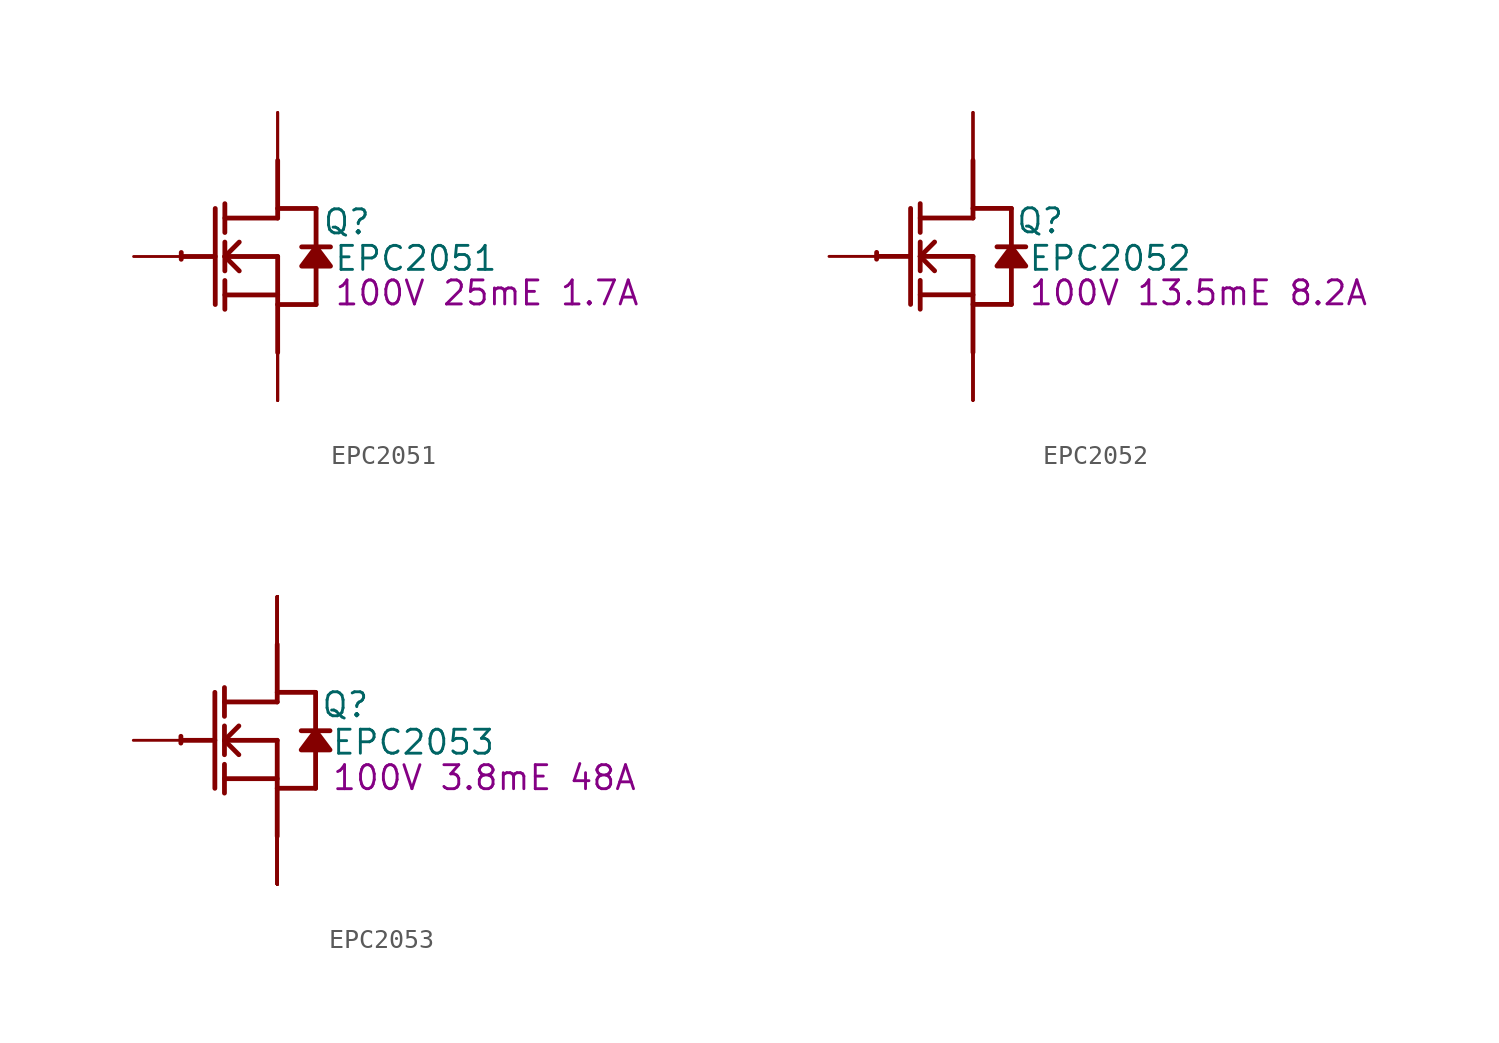
<source format=kicad_sym>
(kicad_symbol_lib
  (version 20241209)
  (generator "kicad_symbol_editor")
  (generator_version "9.0")
  (symbol "EPC2051"
    (property "Reference" "Q"
      (at 3.658 1.829 0)
      (effects (font (size 1.27 1.27))))
    (property "Value" "EPC2051"
      (at 7.315 -0.102 0)
      (effects (font (size 1.27 1.27))))
    (property "Description" "100V 25mE 1.7A"
      (at 11.074 -1.93 0)
      (effects (font (size 1.27 1.27))))
    (symbol "EPC2051_1_0"
      (polyline (pts (xy -5.08 0) (xy -3.302 0)) (stroke (width 0.254) (type solid)) (fill (type none)))
      (polyline (pts (xy -3.302 2.54) (xy -3.302 -2.54)) (stroke (width 0.254) (type solid)) (fill (type none)))
      (polyline (pts (xy -2.794 1.27) (xy -2.794 2.794)) (stroke (width 0.254) (type solid)) (fill (type none)))
      (polyline (pts (xy -2.794 0) (xy -2.032 0.762)) (stroke (width 0.254) (type solid)) (fill (type none)))
      (polyline (pts (xy -2.794 0) (xy 0 0)) (stroke (width 0.254) (type solid)) (fill (type none)))
      (polyline (pts (xy -2.794 -0.762) (xy -2.794 0.762)) (stroke (width 0.254) (type solid)) (fill (type none)))
      (polyline (pts (xy -2.794 -2.032) (xy 0 -2.032)) (stroke (width 0.254) (type solid)) (fill (type none)))
      (polyline (pts (xy -2.794 -2.794) (xy -2.794 -1.27)) (stroke (width 0.254) (type solid)) (fill (type none)))
      (polyline (pts (xy -2.032 -0.762) (xy -2.794 0)) (stroke (width 0.254) (type solid)) (fill (type none)))
      (polyline (pts (xy 0 2.54) (xy 2.032 2.54)) (stroke (width 0.254) (type solid)) (fill (type none)))
      (polyline (pts (xy 0 2.032) (xy -2.794 2.032)) (stroke (width 0.254) (type solid)) (fill (type none)))
      (polyline (pts (xy 0 2.032) (xy 0 5.08)) (stroke (width 0.254) (type solid)) (fill (type none)))
      (polyline (pts (xy 0 0) (xy 0 -5.08)) (stroke (width 0.254) (type solid)) (fill (type none)))
      (polyline (pts (xy 0 -2.54) (xy 2.032 -2.54)) (stroke (width 0.254) (type solid)) (fill (type none)))
      (arc (start -5.1019 -0.1467) (mid -5.1039 0.0331) (end -5.0996 0.2128) (stroke (width 0.254) (type solid)) (fill (type none)))
      (polyline (pts (xy 2.032 2.54) (xy 2.032 0.508)) (stroke (width 0.254) (type solid)) (fill (type none)))
      (polyline (pts (xy 2.032 0.508) (xy 1.27 -0.508) (xy 2.794 -0.508) (xy 2.032 0.508)) (stroke (width 0.254) (type solid)) (fill (type outline)))
      (polyline (pts (xy 2.032 -0.508) (xy 2.032 -2.54)) (stroke (width 0.254) (type solid)) (fill (type none)))
      (polyline (pts (xy 2.794 0.508) (xy 1.27 0.508)) (stroke (width 0.254) (type solid)) (fill (type none)))
      (pin passive line (at -7.62 0 0) (length 2.54) (name "G" (effects (font (size 0 0)))) (number "1" (effects (font (size 0 0)))))
      (pin open_collector line (at 0 7.62 270) (length 2.54) (name "D1" (effects (font (size 0 0)))) (number "3" (effects (font (size 0 0)))))
      (pin open_collector line (at 0 7.62 270) (length 2.54) (name "D2" (effects (font (size 0 0)))) (number "4" (effects (font (size 0 0)))))
      (pin open_emitter line (at 0 -7.62 90) (length 2.54) (name "S1" (effects (font (size 0 0)))) (number "2" (effects (font (size 0 0)))))
      (pin open_emitter line (at 0 -7.62 90) (length 2.54) (name "S2" (effects (font (size 0 0)))) (number "5" (effects (font (size 0 0)))))
      (pin open_emitter line (at 0 -7.62 90) (length 2.54) (name "Sub" (effects (font (size 0 0)))) (number "6" (effects (font (size 0 0)))))))
  (symbol "EPC2052"
    (property "Reference" "Q"
      (at 3.556 1.88 0)
      (effects (font (size 1.27 1.27))))
    (property "Value" "EPC2052"
      (at 7.264 -0.102 0)
      (effects (font (size 1.27 1.27))))
    (property "Description" "100V 13.5mE 8.2A"
      (at 11.938 -1.93 0)
      (effects (font (size 1.27 1.27))))
    (symbol "EPC2052_1_0"
      (polyline (pts (xy -5.08 0) (xy -3.302 0)) (stroke (width 0.254) (type solid)) (fill (type none)))
      (polyline (pts (xy -3.302 2.54) (xy -3.302 -2.54)) (stroke (width 0.254) (type solid)) (fill (type none)))
      (polyline (pts (xy -2.794 1.27) (xy -2.794 2.794)) (stroke (width 0.254) (type solid)) (fill (type none)))
      (polyline (pts (xy -2.794 0) (xy -2.032 0.762)) (stroke (width 0.254) (type solid)) (fill (type none)))
      (polyline (pts (xy -2.794 0) (xy 0 0)) (stroke (width 0.254) (type solid)) (fill (type none)))
      (polyline (pts (xy -2.794 -0.762) (xy -2.794 0.762)) (stroke (width 0.254) (type solid)) (fill (type none)))
      (polyline (pts (xy -2.794 -2.032) (xy 0 -2.032)) (stroke (width 0.254) (type solid)) (fill (type none)))
      (polyline (pts (xy -2.794 -2.794) (xy -2.794 -1.27)) (stroke (width 0.254) (type solid)) (fill (type none)))
      (polyline (pts (xy -2.032 -0.762) (xy -2.794 0)) (stroke (width 0.254) (type solid)) (fill (type none)))
      (polyline (pts (xy 0 2.54) (xy 2.032 2.54)) (stroke (width 0.254) (type solid)) (fill (type none)))
      (polyline (pts (xy 0 2.032) (xy -2.794 2.032)) (stroke (width 0.254) (type solid)) (fill (type none)))
      (polyline (pts (xy 0 2.032) (xy 0 5.08)) (stroke (width 0.254) (type solid)) (fill (type none)))
      (polyline (pts (xy 0 0) (xy 0 -5.08)) (stroke (width 0.254) (type solid)) (fill (type none)))
      (polyline (pts (xy 0 -2.54) (xy 2.032 -2.54)) (stroke (width 0.254) (type solid)) (fill (type none)))
      (arc (start -5.1019 -0.1467) (mid -5.1039 0.0331) (end -5.0996 0.2128) (stroke (width 0.254) (type solid)) (fill (type none)))
      (polyline (pts (xy 2.032 2.54) (xy 2.032 0.508)) (stroke (width 0.254) (type solid)) (fill (type none)))
      (polyline (pts (xy 2.032 0.508) (xy 1.27 -0.508) (xy 2.794 -0.508) (xy 2.032 0.508)) (stroke (width 0.254) (type solid)) (fill (type outline)))
      (polyline (pts (xy 2.032 -0.508) (xy 2.032 -2.54)) (stroke (width 0.254) (type solid)) (fill (type none)))
      (polyline (pts (xy 2.794 0.508) (xy 1.27 0.508)) (stroke (width 0.254) (type solid)) (fill (type none)))
      (pin passive line (at -7.62 0 0) (length 2.54) (name "G" (effects (font (size 0 0)))) (number "1" (effects (font (size 0 0)))))
      (pin open_collector line (at 0 7.62 270) (length 2.54) (name "D1" (effects (font (size 0 0)))) (number "4" (effects (font (size 0 0)))))
      (pin open_collector line (at 0 7.62 270) (length 2.54) (name "D2" (effects (font (size 0 0)))) (number "5" (effects (font (size 0 0)))))
      (pin open_collector line (at 0 7.62 270) (length 2.54) (name "D3" (effects (font (size 0 0)))) (number "6" (effects (font (size 0 0)))))
      (pin open_emitter line (at 0 -7.62 90) (length 2.54) (name "S1" (effects (font (size 0 0)))) (number "2" (effects (font (size 0 0)))))
      (pin open_emitter line (at 0 -7.62 90) (length 2.54) (name "S2" (effects (font (size 0 0)))) (number "3" (effects (font (size 0 0)))))
      (pin open_emitter line (at 0 -7.62 90) (length 2.54) (name "S3" (effects (font (size 0 0)))) (number "7" (effects (font (size 0 0)))))
      (pin open_emitter line (at 0 -7.62 90) (length 2.54) (name "S5" (effects (font (size 0 0)))) (number "8" (effects (font (size 0 0)))))
      (pin open_emitter line (at 0 -7.62 90) (length 2.54) (name "S4" (effects (font (size 0 0)))) (number "9" (effects (font (size 0 0)))))))
  (symbol "EPC2053"
    (property "Reference" "Q"
      (at 3.607 1.88 0)
      (effects (font (size 1.27 1.27))))
    (property "Value" "EPC2053"
      (at 7.214 -0.102 0)
      (effects (font (size 1.27 1.27))))
    (property "Description" "100V 3.8mE 48A"
      (at 10.973 -1.981 0)
      (effects (font (size 1.27 1.27))))
    (symbol "EPC2053_1_0"
      (polyline (pts (xy -5.08 0) (xy -3.302 0)) (stroke (width 0.254) (type solid)) (fill (type none)))
      (polyline (pts (xy -3.302 2.54) (xy -3.302 -2.54)) (stroke (width 0.254) (type solid)) (fill (type none)))
      (polyline (pts (xy -2.794 1.27) (xy -2.794 2.794)) (stroke (width 0.254) (type solid)) (fill (type none)))
      (polyline (pts (xy -2.794 0) (xy -2.032 0.762)) (stroke (width 0.254) (type solid)) (fill (type none)))
      (polyline (pts (xy -2.794 0) (xy 0 0)) (stroke (width 0.254) (type solid)) (fill (type none)))
      (polyline (pts (xy -2.794 -0.762) (xy -2.794 0.762)) (stroke (width 0.254) (type solid)) (fill (type none)))
      (polyline (pts (xy -2.794 -2.032) (xy 0 -2.032)) (stroke (width 0.254) (type solid)) (fill (type none)))
      (polyline (pts (xy -2.794 -2.794) (xy -2.794 -1.27)) (stroke (width 0.254) (type solid)) (fill (type none)))
      (polyline (pts (xy -2.032 -0.762) (xy -2.794 0)) (stroke (width 0.254) (type solid)) (fill (type none)))
      (polyline (pts (xy 0 2.54) (xy 2.032 2.54)) (stroke (width 0.254) (type solid)) (fill (type none)))
      (polyline (pts (xy 0 2.032) (xy -2.794 2.032)) (stroke (width 0.254) (type solid)) (fill (type none)))
      (polyline (pts (xy 0 2.032) (xy 0 5.08)) (stroke (width 0.254) (type solid)) (fill (type none)))
      (polyline (pts (xy 0 0) (xy 0 -5.08)) (stroke (width 0.254) (type solid)) (fill (type none)))
      (polyline (pts (xy 0 -2.54) (xy 2.032 -2.54)) (stroke (width 0.254) (type solid)) (fill (type none)))
      (arc (start -5.1019 -0.1467) (mid -5.1039 0.0331) (end -5.0996 0.2128) (stroke (width 0.254) (type solid)) (fill (type none)))
      (polyline (pts (xy 2.032 2.54) (xy 2.032 0.508)) (stroke (width 0.254) (type solid)) (fill (type none)))
      (polyline (pts (xy 2.032 0.508) (xy 1.27 -0.508) (xy 2.794 -0.508) (xy 2.032 0.508)) (stroke (width 0.254) (type solid)) (fill (type outline)))
      (polyline (pts (xy 2.032 -0.508) (xy 2.032 -2.54)) (stroke (width 0.254) (type solid)) (fill (type none)))
      (polyline (pts (xy 2.794 0.508) (xy 1.27 0.508)) (stroke (width 0.254) (type solid)) (fill (type none)))
      (pin passive line (at -7.62 0 0) (length 2.54) (name "G" (effects (font (size 0 0)))) (number "1" (effects (font (size 0 0)))))
      (pin open_collector line (at 0 7.62 270) (length 2.54) (name "D5" (effects (font (size 0 0)))) (number "13" (effects (font (size 0 0)))))
      (pin open_collector line (at 0 7.62 270) (length 2.54) (name "D6" (effects (font (size 0 0)))) (number "14" (effects (font (size 0 0)))))
      (pin open_collector line (at 0 7.62 270) (length 2.54) (name "D7" (effects (font (size 0 0)))) (number "15" (effects (font (size 0 0)))))
      (pin open_collector line (at 0 7.62 270) (length 2.54) (name "D8" (effects (font (size 0 0)))) (number "16" (effects (font (size 0 0)))))
      (pin open_collector line (at 0 7.62 270) (length 2.54) (name "D9" (effects (font (size 0 0)))) (number "21" (effects (font (size 0 0)))))
      (pin open_collector line (at 0 7.62 270) (length 2.54) (name "D10" (effects (font (size 0 0)))) (number "22" (effects (font (size 0 0)))))
      (pin open_collector line (at 0 7.62 270) (length 2.54) (name "D11" (effects (font (size 0 0)))) (number "23" (effects (font (size 0 0)))))
      (pin open_collector line (at 0 7.62 270) (length 2.54) (name "D12" (effects (font (size 0 0)))) (number "24" (effects (font (size 0 0)))))
      (pin open_collector line (at 0 7.62 270) (length 2.54) (name "D1" (effects (font (size 0 0)))) (number "5" (effects (font (size 0 0)))))
      (pin open_collector line (at 0 7.62 270) (length 2.54) (name "D2" (effects (font (size 0 0)))) (number "6" (effects (font (size 0 0)))))
      (pin open_collector line (at 0 7.62 270) (length 2.54) (name "D3" (effects (font (size 0 0)))) (number "7" (effects (font (size 0 0)))))
      (pin open_collector line (at 0 7.62 270) (length 2.54) (name "D4" (effects (font (size 0 0)))) (number "8" (effects (font (size 0 0)))))
      (pin open_emitter line (at 0 -7.62 90) (length 2.54) (name "S5" (effects (font (size 0 0)))) (number "10" (effects (font (size 0 0)))))
      (pin open_emitter line (at 0 -7.62 90) (length 2.54) (name "S6" (effects (font (size 0 0)))) (number "11" (effects (font (size 0 0)))))
      (pin open_emitter line (at 0 -7.62 90) (length 2.54) (name "S7" (effects (font (size 0 0)))) (number "12" (effects (font (size 0 0)))))
      (pin open_emitter line (at 0 -7.62 90) (length 2.54) (name "S8" (effects (font (size 0 0)))) (number "17" (effects (font (size 0 0)))))
      (pin open_emitter line (at 0 -7.62 90) (length 2.54) (name "S9" (effects (font (size 0 0)))) (number "18" (effects (font (size 0 0)))))
      (pin open_emitter line (at 0 -7.62 90) (length 2.54) (name "S10" (effects (font (size 0 0)))) (number "19" (effects (font (size 0 0)))))
      (pin open_emitter line (at 0 -7.62 90) (length 2.54) (name "S1" (effects (font (size 0 0)))) (number "2" (effects (font (size 0 0)))))
      (pin open_emitter line (at 0 -7.62 90) (length 2.54) (name "S11" (effects (font (size 0 0)))) (number "20" (effects (font (size 0 0)))))
      (pin open_emitter line (at 0 -7.62 90) (length 2.54) (name "S12" (effects (font (size 0 0)))) (number "25" (effects (font (size 0 0)))))
      (pin open_emitter line (at 0 -7.62 90) (length 2.54) (name "S13" (effects (font (size 0 0)))) (number "26" (effects (font (size 0 0)))))
      (pin open_emitter line (at 0 -7.62 90) (length 2.54) (name "S14" (effects (font (size 0 0)))) (number "27" (effects (font (size 0 0)))))
      (pin open_emitter line (at 0 -7.62 90) (length 2.54) (name "S15" (effects (font (size 0 0)))) (number "28" (effects (font (size 0 0)))))
      (pin open_emitter line (at 0 -7.62 90) (length 2.54) (name "S2" (effects (font (size 0 0)))) (number "3" (effects (font (size 0 0)))))
      (pin open_emitter line (at 0 -7.62 90) (length 2.54) (name "S3" (effects (font (size 0 0)))) (number "4" (effects (font (size 0 0)))))
      (pin open_emitter line (at 0 -7.62 90) (length 2.54) (name "S4" (effects (font (size 0 0)))) (number "9" (effects (font (size 0 0))))))))
</source>
